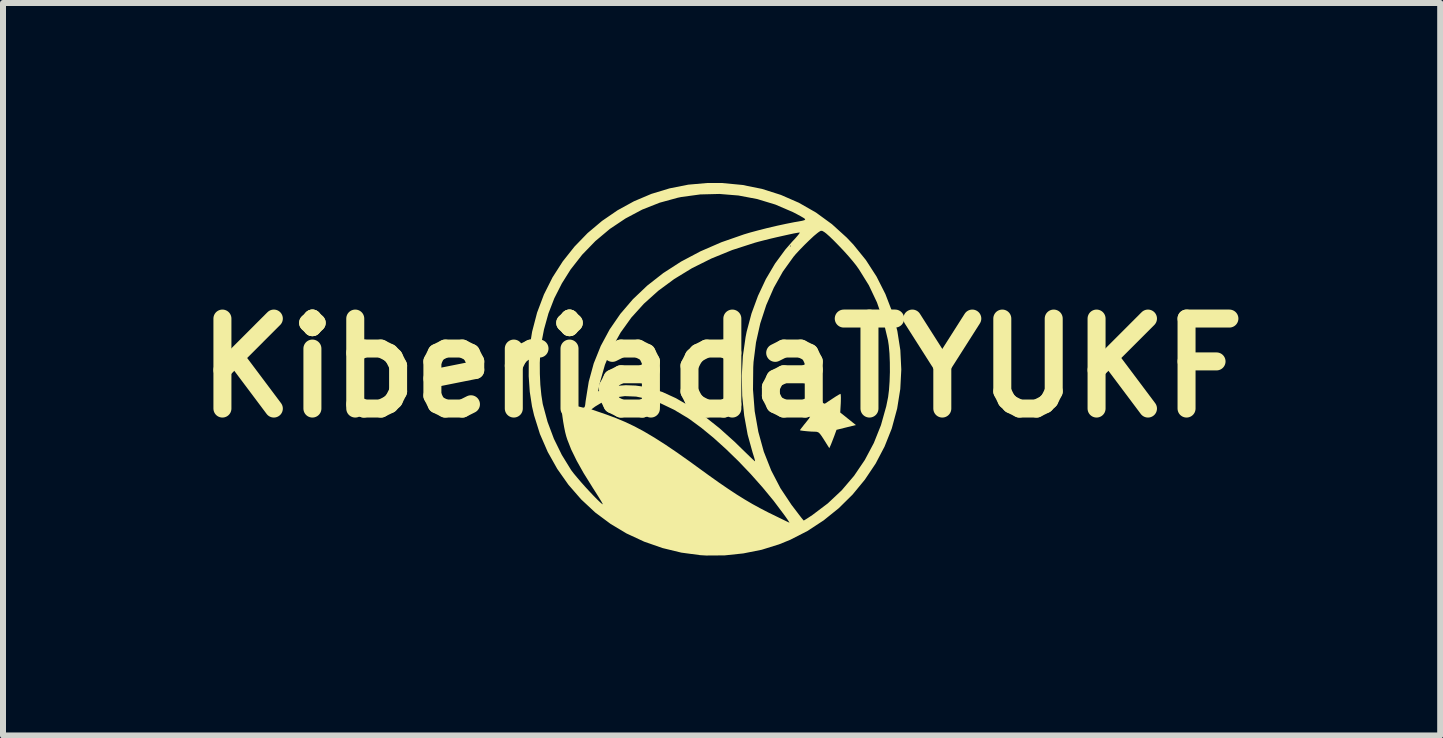
<source format=kicad_pcb>
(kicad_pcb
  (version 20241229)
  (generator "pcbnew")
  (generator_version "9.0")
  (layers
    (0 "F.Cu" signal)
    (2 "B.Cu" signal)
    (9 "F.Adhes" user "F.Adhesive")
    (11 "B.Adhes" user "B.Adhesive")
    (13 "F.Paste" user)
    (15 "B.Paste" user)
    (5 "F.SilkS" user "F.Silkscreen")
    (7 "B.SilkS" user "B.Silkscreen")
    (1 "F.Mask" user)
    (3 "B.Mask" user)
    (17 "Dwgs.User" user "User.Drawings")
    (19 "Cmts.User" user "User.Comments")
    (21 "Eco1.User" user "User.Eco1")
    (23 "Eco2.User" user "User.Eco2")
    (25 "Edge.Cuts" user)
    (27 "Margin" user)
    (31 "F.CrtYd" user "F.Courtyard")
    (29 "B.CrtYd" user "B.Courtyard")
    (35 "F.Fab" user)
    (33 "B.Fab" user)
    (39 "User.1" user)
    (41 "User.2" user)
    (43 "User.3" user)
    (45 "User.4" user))
  (footprint "KiberiadaTYUKF"
    (layer "F.Cu")
    (at 8.979 3.082)
    (property "Reference" "KiberiadaTYUKF" (at 0 0 0) (layer "F.SilkS") (effects (font (size 1.5 1.5) (thickness 0.3))))
    (attr board_only exclude_from_pos_files exclude_from_bom)
    (fp_poly (pts (xy 1.986 0.45) (xy 1.988 0.494) (xy 1.987 0.558) (xy 1.986 0.589) (xy 1.977 0.744) (xy 2.107 0.848) (xy 2.238 0.953) (xy 2.076 0.993) (xy 1.915 1.033) (xy 1.878 1.135) (xy 1.853 1.2) (xy 1.83 1.259) (xy 1.818 1.288) (xy 1.795 1.339) (xy 1.709 1.202) (xy 1.667 1.137) (xy 1.637 1.097) (xy 1.612 1.075) (xy 1.585 1.066) (xy 1.55 1.064) (xy 1.547 1.064) (xy 1.492 1.062) (xy 1.429 1.057) (xy 1.369 1.051) (xy 1.324 1.045) (xy 1.305 1.04) (xy 1.314 1.025) (xy 1.341 0.99) (xy 1.381 0.939) (xy 1.401 0.915) (xy 1.453 0.849) (xy 1.483 0.802) (xy 1.493 0.769) (xy 1.492 0.753) (xy 1.481 0.716) (xy 1.465 0.656) (xy 1.447 0.593) (xy 1.412 0.474) (xy 1.566 0.536) (xy 1.72 0.598) (xy 1.844 0.516) (xy 1.902 0.478) (xy 1.95 0.449) (xy 1.978 0.434) (xy 1.981 0.433)) (stroke (width 0) (type solid)) (fill yes) (layer "F.SilkS"))
    (fp_poly (pts (xy 0.009 -3.081) (xy 0.347 -3.049) (xy 0.674 -2.983) (xy 0.988 -2.883) (xy 1.288 -2.752) (xy 1.573 -2.589) (xy 1.839 -2.395) (xy 2.086 -2.171) (xy 2.196 -2.055) (xy 2.405 -1.797) (xy 2.583 -1.521) (xy 2.73 -1.23) (xy 2.846 -0.928) (xy 2.929 -0.615) (xy 2.979 -0.296) (xy 2.995 0.028) (xy 2.978 0.353) (xy 2.926 0.678) (xy 2.839 1) (xy 2.834 1.016) (xy 2.716 1.312) (xy 2.567 1.596) (xy 2.388 1.863) (xy 2.183 2.112) (xy 1.953 2.339) (xy 1.701 2.542) (xy 1.431 2.719) (xy 1.144 2.866) (xy 0.957 2.942) (xy 0.668 3.032) (xy 0.362 3.093) (xy 0.05 3.126) (xy -0.259 3.128) (xy -0.358 3.122) (xy -0.671 3.08) (xy -0.984 3.004) (xy -1.291 2.897) (xy -1.586 2.76) (xy -1.85 2.602) (xy -2.107 2.411) (xy -2.342 2.192) (xy -2.554 1.948) (xy -2.74 1.684) (xy -2.899 1.401) (xy -3.029 1.102) (xy -3.126 0.792) (xy -3.161 0.642) (xy -3.198 0.4) (xy -3.216 0.14) (xy -3.215 -0.083) (xy -3.031 -0.083) (xy -3.03 0.1) (xy -3.022 0.282) (xy -3.005 0.453) (xy -2.982 0.601) (xy -2.979 0.613) (xy -2.902 0.899) (xy -2.796 1.182) (xy -2.664 1.451) (xy -2.512 1.698) (xy -2.504 1.71) (xy -2.464 1.762) (xy -2.409 1.828) (xy -2.345 1.903) (xy -2.275 1.982) (xy -2.203 2.06) (xy -2.135 2.132) (xy -2.073 2.195) (xy -2.024 2.242) (xy -1.991 2.27) (xy -1.981 2.275) (xy -1.987 2.26) (xy -2.009 2.22) (xy -2.046 2.16) (xy -2.095 2.082) (xy -2.152 1.993) (xy -2.159 1.981) (xy -2.3 1.755) (xy -2.416 1.548) (xy -2.508 1.36) (xy -2.573 1.194) (xy -2.59 1.141) (xy -2.608 1.072) (xy -2.625 0.989) (xy -2.641 0.898) (xy -2.654 0.808) (xy -2.664 0.726) (xy -2.667 0.692) (xy -2.171 0.692) (xy -1.921 0.778) (xy -1.762 0.837) (xy -1.607 0.902) (xy -1.451 0.976) (xy -1.291 1.062) (xy -1.122 1.162) (xy -0.94 1.278) (xy -0.742 1.412) (xy -0.523 1.567) (xy -0.412 1.648) (xy -0.216 1.79) (xy -0.043 1.913) (xy 0.112 2.019) (xy 0.253 2.112) (xy 0.385 2.194) (xy 0.514 2.27) (xy 0.644 2.341) (xy 0.779 2.411) (xy 0.857 2.449) (xy 0.947 2.493) (xy 1.025 2.531) (xy 1.085 2.56) (xy 1.122 2.577) (xy 1.132 2.582) (xy 1.124 2.568) (xy 1.1 2.531) (xy 1.063 2.478) (xy 1.033 2.437) (xy 0.867 2.216) (xy 0.683 1.993) (xy 0.486 1.771) (xy 0.281 1.556) (xy 0.072 1.353) (xy -0.135 1.166) (xy -0.336 1.001) (xy -0.526 0.861) (xy -0.563 0.836) (xy -0.792 0.699) (xy -1.013 0.593) (xy -1.224 0.52) (xy -1.425 0.479) (xy -1.614 0.471) (xy -1.792 0.496) (xy -1.956 0.553) (xy -2.107 0.644) (xy -2.11 0.646) (xy -2.171 0.692) (xy -2.667 0.692) (xy -2.67 0.659) (xy -2.67 0.615) (xy -2.666 0.602) (xy -2.645 0.601) (xy -2.597 0.606) (xy -2.533 0.616) (xy -2.459 0.629) (xy -2.385 0.644) (xy -2.32 0.66) (xy -2.318 0.661) (xy -2.297 0.663) (xy -2.284 0.653) (xy -2.275 0.622) (xy -2.268 0.563) (xy -2.266 0.548) (xy -2.241 0.39) (xy -2.058 0.39) (xy -2.044 0.388) (xy -2.011 0.374) (xy -2.008 0.372) (xy -1.893 0.328) (xy -1.754 0.3) (xy -1.598 0.289) (xy -1.435 0.295) (xy -1.272 0.317) (xy -1.201 0.333) (xy -0.986 0.403) (xy -0.761 0.506) (xy -0.526 0.642) (xy -0.285 0.808) (xy -0.037 1.005) (xy 0.215 1.231) (xy 0.338 1.351) (xy 0.409 1.42) (xy 0.471 1.48) (xy 0.519 1.526) (xy 0.549 1.553) (xy 0.557 1.558) (xy 0.555 1.541) (xy 0.543 1.497) (xy 0.524 1.436) (xy 0.517 1.414) (xy 0.434 1.114) (xy 0.376 0.795) (xy 0.343 0.466) (xy 0.341 0.362) (xy 0.523 0.362) (xy 0.551 0.722) (xy 0.612 1.067) (xy 0.703 1.397) (xy 0.827 1.711) (xy 0.981 2.007) (xy 1.166 2.285) (xy 1.176 2.298) (xy 1.238 2.379) (xy 1.291 2.449) (xy 1.333 2.503) (xy 1.36 2.536) (xy 1.369 2.545) (xy 1.385 2.536) (xy 1.425 2.511) (xy 1.48 2.475) (xy 1.513 2.453) (xy 1.77 2.259) (xy 2.002 2.041) (xy 2.208 1.799) (xy 2.387 1.535) (xy 2.537 1.253) (xy 2.656 0.955) (xy 2.744 0.641) (xy 2.775 0.488) (xy 2.79 0.368) (xy 2.8 0.225) (xy 2.805 0.07) (xy 2.804 -0.089) (xy 2.798 -0.24) (xy 2.786 -0.373) (xy 2.773 -0.46) (xy 2.695 -0.787) (xy 2.589 -1.092) (xy 2.454 -1.377) (xy 2.29 -1.641) (xy 2.241 -1.71) (xy 2.185 -1.78) (xy 2.115 -1.862) (xy 2.036 -1.95) (xy 1.953 -2.037) (xy 1.873 -2.119) (xy 1.801 -2.189) (xy 1.742 -2.241) (xy 1.71 -2.265) (xy 1.678 -2.283) (xy 1.654 -2.285) (xy 1.624 -2.268) (xy 1.596 -2.247) (xy 1.538 -2.199) (xy 1.465 -2.131) (xy 1.385 -2.053) (xy 1.306 -1.972) (xy 1.237 -1.898) (xy 1.197 -1.85) (xy 1.021 -1.605) (xy 0.87 -1.336) (xy 0.744 -1.047) (xy 0.644 -0.741) (xy 0.573 -0.424) (xy 0.532 -0.099) (xy 0.527 -0.012) (xy 0.523 0.362) (xy 0.341 0.362) (xy 0.336 0.133) (xy 0.354 -0.195) (xy 0.399 -0.511) (xy 0.417 -0.602) (xy 0.498 -0.906) (xy 0.606 -1.2) (xy 0.737 -1.479) (xy 0.89 -1.738) (xy 1.061 -1.971) (xy 1.113 -2.031) (xy 1.137 -2.031) (xy 1.146 -2.022) (xy 1.155 -2.031) (xy 1.146 -2.04) (xy 1.137 -2.031) (xy 1.113 -2.031) (xy 1.176 -2.103) (xy 1.231 -2.162) (xy 1.273 -2.211) (xy 1.298 -2.244) (xy 1.302 -2.257) (xy 1.302 -2.257) (xy 1.268 -2.252) (xy 1.205 -2.241) (xy 1.121 -2.223) (xy 1.022 -2.201) (xy 0.915 -2.177) (xy 0.805 -2.151) (xy 0.701 -2.125) (xy 0.608 -2.101) (xy 0.551 -2.085) (xy 0.176 -1.964) (xy -0.172 -1.822) (xy -0.495 -1.661) (xy -0.79 -1.481) (xy -1.057 -1.284) (xy -1.296 -1.069) (xy -1.505 -0.838) (xy -1.683 -0.59) (xy -1.83 -0.328) (xy -1.945 -0.052) (xy -2.027 0.238) (xy -2.032 0.258) (xy -2.045 0.321) (xy -2.054 0.368) (xy -2.058 0.39) (xy -2.058 0.39) (xy -2.241 0.39) (xy -2.215 0.23) (xy -2.132 -0.074) (xy -2.015 -0.365) (xy -1.867 -0.64) (xy -1.688 -0.9) (xy -1.479 -1.144) (xy -1.24 -1.371) (xy -0.973 -1.58) (xy -0.677 -1.771) (xy -0.354 -1.942) (xy -0.004 -2.094) (xy 0.372 -2.225) (xy 0.472 -2.255) (xy 0.609 -2.292) (xy 0.762 -2.331) (xy 0.92 -2.368) (xy 1.073 -2.401) (xy 1.209 -2.428) (xy 1.268 -2.438) (xy 1.34 -2.451) (xy 1.38 -2.462) (xy 1.393 -2.474) (xy 1.39 -2.482) (xy 1.367 -2.499) (xy 1.319 -2.527) (xy 1.253 -2.563) (xy 1.187 -2.597) (xy 0.896 -2.722) (xy 0.593 -2.814) (xy 0.281 -2.873) (xy -0.037 -2.899) (xy -0.356 -2.891) (xy -0.673 -2.848) (xy -0.731 -2.836) (xy -1.033 -2.753) (xy -1.324 -2.638) (xy -1.601 -2.491) (xy -1.863 -2.316) (xy -2.104 -2.114) (xy -2.324 -1.887) (xy -2.518 -1.639) (xy -2.663 -1.408) (xy -2.789 -1.16) (xy -2.887 -0.907) (xy -2.961 -0.641) (xy -3.007 -0.401) (xy -3.023 -0.253) (xy -3.031 -0.083) (xy -3.215 -0.083) (xy -3.215 -0.127) (xy -3.194 -0.386) (xy -3.159 -0.603) (xy -3.076 -0.921) (xy -2.962 -1.223) (xy -2.819 -1.508) (xy -2.648 -1.775) (xy -2.452 -2.022) (xy -2.234 -2.247) (xy -1.994 -2.449) (xy -1.736 -2.626) (xy -1.461 -2.777) (xy -1.171 -2.9) (xy -0.868 -2.992) (xy -0.555 -3.054) (xy -0.234 -3.082)) (stroke (width 0) (type solid)) (fill yes) (layer "F.SilkS")))
  (gr_rect
    (start -3 -3)
    (end 20.957 9.21)
    (stroke (width 0.1) (type default))
    (fill no)
    (layer "Edge.Cuts")))
</source>
